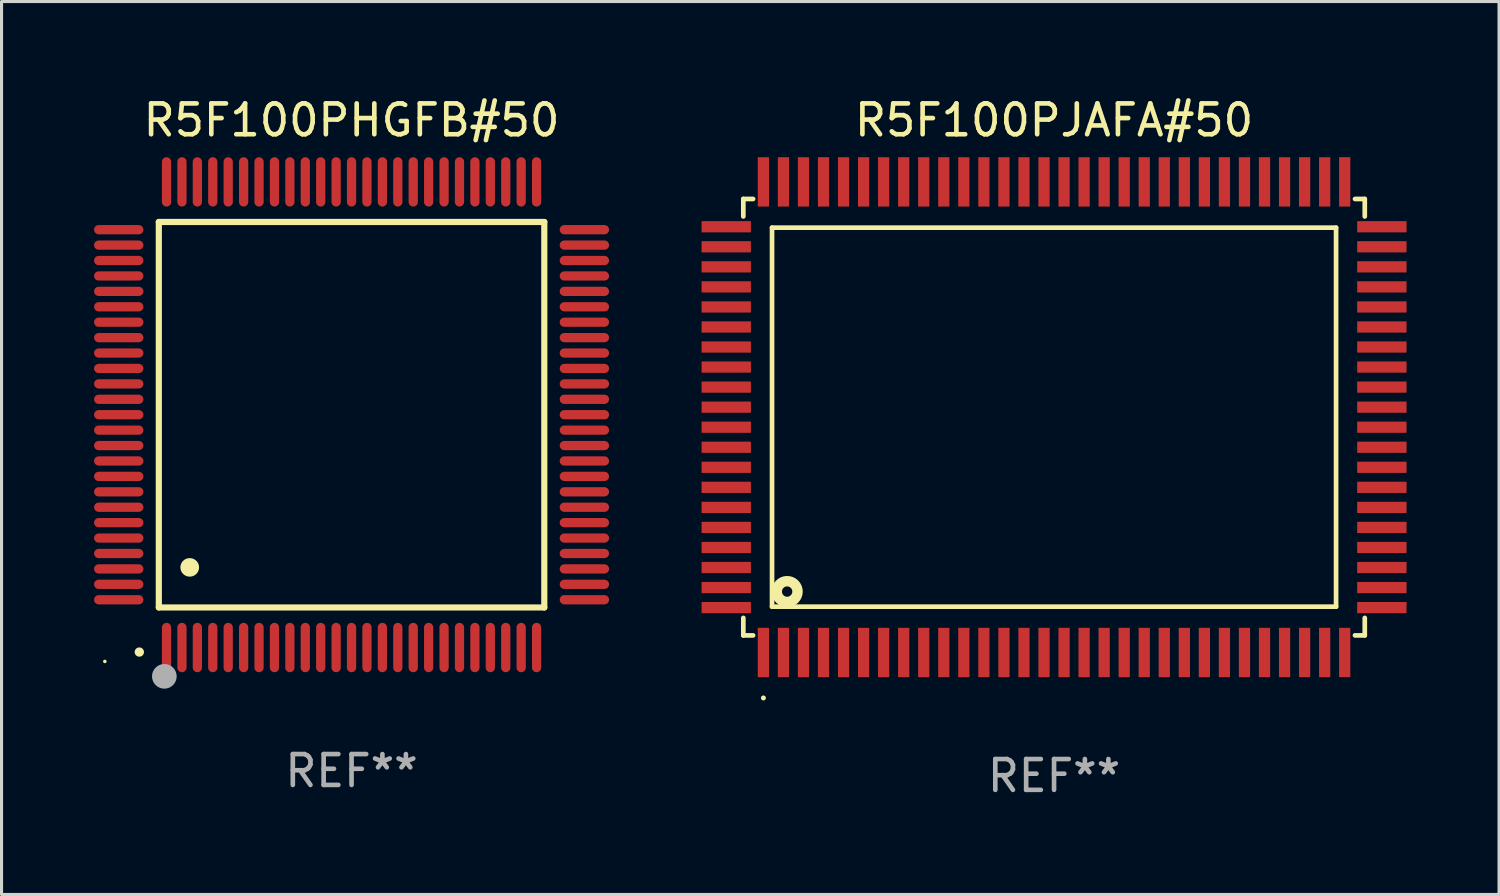
<source format=kicad_pcb>
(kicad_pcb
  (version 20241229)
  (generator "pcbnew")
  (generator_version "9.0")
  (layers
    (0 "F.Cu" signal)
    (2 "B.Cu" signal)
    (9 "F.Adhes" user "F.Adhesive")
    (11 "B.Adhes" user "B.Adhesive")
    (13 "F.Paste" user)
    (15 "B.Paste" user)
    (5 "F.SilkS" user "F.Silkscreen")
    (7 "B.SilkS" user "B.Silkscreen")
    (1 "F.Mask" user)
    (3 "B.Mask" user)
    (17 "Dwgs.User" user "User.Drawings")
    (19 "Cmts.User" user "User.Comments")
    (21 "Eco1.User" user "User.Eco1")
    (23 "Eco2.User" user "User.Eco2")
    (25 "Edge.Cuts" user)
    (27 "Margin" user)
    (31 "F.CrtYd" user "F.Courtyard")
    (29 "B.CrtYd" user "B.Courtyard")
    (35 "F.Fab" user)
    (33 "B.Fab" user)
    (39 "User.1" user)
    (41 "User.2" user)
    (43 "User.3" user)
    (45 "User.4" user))
  (footprint "R5F100PHGFB#50"
    (layer "F.Cu")
    (at 8.35 10.398)
    (property "Reference" "R5F100PHGFB#50" (at 0 -9.55 0) (layer "F.SilkS") (effects (font (size 1 1) (thickness 0.15))))
    (attr through_hole)
    (fp_line (start -6.25 -6.25) (end -6.25 6.25) (stroke (width 0.2) (type solid)) (layer "F.SilkS"))
    (fp_line (start -6.25 6.25) (end 6.25 6.25) (stroke (width 0.2) (type solid)) (layer "F.SilkS"))
    (fp_line (start 6.25 -6.25) (end -6.25 -6.25) (stroke (width 0.2) (type solid)) (layer "F.SilkS"))
    (fp_line (start 6.25 6.25) (end 6.25 -6.25) (stroke (width 0.2) (type solid)) (layer "F.SilkS"))
    (fp_arc (start -6.883414 7.696215) (mid -6.882144 7.69621) (end -6.880874 7.696215) (stroke (width 0.3) (type solid)) (layer "F.SilkS"))
    (fp_arc (start -5.250191 4.95047) (mid -5.247651 4.950459) (end -5.245111 4.95047) (stroke (width 0.6) (type solid)) (layer "F.SilkS"))
    (fp_circle (center -8 8) (end -7.97 8) (stroke (width 0.06) (type solid)) (fill no) (layer "F.SilkS"))
    (fp_circle (center -6.071 8.484) (end -5.871 8.484) (stroke (width 0.4) (type solid)) (fill no) (layer "F.Fab"))
    (fp_text user "REF**" (at 0 11.55 0) (layer "F.Fab") (effects (font (size 1 1) (thickness 0.15))))
    (pad "1" smd oval (at -6 7.55) (size 0.3 1.6) (layers "F.Cu" "F.Mask" "F.Paste"))
    (pad "2" smd oval (at -5.5 7.55) (size 0.3 1.6) (layers "F.Cu" "F.Mask" "F.Paste"))
    (pad "3" smd oval (at -5 7.55) (size 0.3 1.6) (layers "F.Cu" "F.Mask" "F.Paste"))
    (pad "4" smd oval (at -4.5 7.55) (size 0.3 1.6) (layers "F.Cu" "F.Mask" "F.Paste"))
    (pad "5" smd oval (at -4 7.55) (size 0.3 1.6) (layers "F.Cu" "F.Mask" "F.Paste"))
    (pad "6" smd oval (at -3.5 7.55) (size 0.3 1.6) (layers "F.Cu" "F.Mask" "F.Paste"))
    (pad "7" smd oval (at -3 7.55) (size 0.3 1.6) (layers "F.Cu" "F.Mask" "F.Paste"))
    (pad "8" smd oval (at -2.5 7.55) (size 0.3 1.6) (layers "F.Cu" "F.Mask" "F.Paste"))
    (pad "9" smd oval (at -2 7.55) (size 0.3 1.6) (layers "F.Cu" "F.Mask" "F.Paste"))
    (pad "10" smd oval (at -1.5 7.55) (size 0.3 1.6) (layers "F.Cu" "F.Mask" "F.Paste"))
    (pad "11" smd oval (at -1 7.55) (size 0.3 1.6) (layers "F.Cu" "F.Mask" "F.Paste"))
    (pad "12" smd oval (at -0.5 7.55) (size 0.3 1.6) (layers "F.Cu" "F.Mask" "F.Paste"))
    (pad "13" smd oval (at 0 7.55) (size 0.3 1.6) (layers "F.Cu" "F.Mask" "F.Paste"))
    (pad "14" smd oval (at 0.5 7.55) (size 0.3 1.6) (layers "F.Cu" "F.Mask" "F.Paste"))
    (pad "15" smd oval (at 1 7.55) (size 0.3 1.6) (layers "F.Cu" "F.Mask" "F.Paste"))
    (pad "16" smd oval (at 1.5 7.55) (size 0.3 1.6) (layers "F.Cu" "F.Mask" "F.Paste"))
    (pad "17" smd oval (at 2 7.55) (size 0.3 1.6) (layers "F.Cu" "F.Mask" "F.Paste"))
    (pad "18" smd oval (at 2.5 7.55) (size 0.3 1.6) (layers "F.Cu" "F.Mask" "F.Paste"))
    (pad "19" smd oval (at 3 7.55) (size 0.3 1.6) (layers "F.Cu" "F.Mask" "F.Paste"))
    (pad "20" smd oval (at 3.5 7.55) (size 0.3 1.6) (layers "F.Cu" "F.Mask" "F.Paste"))
    (pad "21" smd oval (at 4 7.55) (size 0.3 1.6) (layers "F.Cu" "F.Mask" "F.Paste"))
    (pad "22" smd oval (at 4.5 7.55) (size 0.3 1.6) (layers "F.Cu" "F.Mask" "F.Paste"))
    (pad "23" smd oval (at 5 7.55) (size 0.3 1.6) (layers "F.Cu" "F.Mask" "F.Paste"))
    (pad "24" smd oval (at 5.5 7.55) (size 0.3 1.6) (layers "F.Cu" "F.Mask" "F.Paste"))
    (pad "25" smd oval (at 6 7.55) (size 0.3 1.6) (layers "F.Cu" "F.Mask" "F.Paste"))
    (pad "26" smd oval (at 7.55 6) (size 1.6 0.3) (layers "F.Cu" "F.Mask" "F.Paste"))
    (pad "27" smd oval (at 7.55 5.5) (size 1.6 0.3) (layers "F.Cu" "F.Mask" "F.Paste"))
    (pad "28" smd oval (at 7.55 5) (size 1.6 0.3) (layers "F.Cu" "F.Mask" "F.Paste"))
    (pad "29" smd oval (at 7.55 4.5) (size 1.6 0.3) (layers "F.Cu" "F.Mask" "F.Paste"))
    (pad "30" smd oval (at 7.55 4) (size 1.6 0.3) (layers "F.Cu" "F.Mask" "F.Paste"))
    (pad "31" smd oval (at 7.55 3.5) (size 1.6 0.3) (layers "F.Cu" "F.Mask" "F.Paste"))
    (pad "32" smd oval (at 7.55 3) (size 1.6 0.3) (layers "F.Cu" "F.Mask" "F.Paste"))
    (pad "33" smd oval (at 7.55 2.5) (size 1.6 0.3) (layers "F.Cu" "F.Mask" "F.Paste"))
    (pad "34" smd oval (at 7.55 2) (size 1.6 0.3) (layers "F.Cu" "F.Mask" "F.Paste"))
    (pad "35" smd oval (at 7.55 1.5) (size 1.6 0.3) (layers "F.Cu" "F.Mask" "F.Paste"))
    (pad "36" smd oval (at 7.55 1) (size 1.6 0.3) (layers "F.Cu" "F.Mask" "F.Paste"))
    (pad "37" smd oval (at 7.55 0.5) (size 1.6 0.3) (layers "F.Cu" "F.Mask" "F.Paste"))
    (pad "38" smd oval (at 7.55 0) (size 1.6 0.3) (layers "F.Cu" "F.Mask" "F.Paste"))
    (pad "39" smd oval (at 7.55 -0.5) (size 1.6 0.3) (layers "F.Cu" "F.Mask" "F.Paste"))
    (pad "40" smd oval (at 7.55 -1) (size 1.6 0.3) (layers "F.Cu" "F.Mask" "F.Paste"))
    (pad "41" smd oval (at 7.55 -1.5) (size 1.6 0.3) (layers "F.Cu" "F.Mask" "F.Paste"))
    (pad "42" smd oval (at 7.55 -2) (size 1.6 0.3) (layers "F.Cu" "F.Mask" "F.Paste"))
    (pad "43" smd oval (at 7.55 -2.5) (size 1.6 0.3) (layers "F.Cu" "F.Mask" "F.Paste"))
    (pad "44" smd oval (at 7.55 -3) (size 1.6 0.3) (layers "F.Cu" "F.Mask" "F.Paste"))
    (pad "45" smd oval (at 7.55 -3.5) (size 1.6 0.3) (layers "F.Cu" "F.Mask" "F.Paste"))
    (pad "46" smd oval (at 7.55 -4) (size 1.6 0.3) (layers "F.Cu" "F.Mask" "F.Paste"))
    (pad "47" smd oval (at 7.55 -4.5) (size 1.6 0.3) (layers "F.Cu" "F.Mask" "F.Paste"))
    (pad "48" smd oval (at 7.55 -5) (size 1.6 0.3) (layers "F.Cu" "F.Mask" "F.Paste"))
    (pad "49" smd oval (at 7.55 -5.5) (size 1.6 0.3) (layers "F.Cu" "F.Mask" "F.Paste"))
    (pad "50" smd oval (at 7.55 -6) (size 1.6 0.3) (layers "F.Cu" "F.Mask" "F.Paste"))
    (pad "51" smd oval (at 6 -7.55) (size 0.3 1.6) (layers "F.Cu" "F.Mask" "F.Paste"))
    (pad "52" smd oval (at 5.5 -7.55) (size 0.3 1.6) (layers "F.Cu" "F.Mask" "F.Paste"))
    (pad "53" smd oval (at 5 -7.55) (size 0.3 1.6) (layers "F.Cu" "F.Mask" "F.Paste"))
    (pad "54" smd oval (at 4.5 -7.55) (size 0.3 1.6) (layers "F.Cu" "F.Mask" "F.Paste"))
    (pad "55" smd oval (at 4 -7.55) (size 0.3 1.6) (layers "F.Cu" "F.Mask" "F.Paste"))
    (pad "56" smd oval (at 3.5 -7.55) (size 0.3 1.6) (layers "F.Cu" "F.Mask" "F.Paste"))
    (pad "57" smd oval (at 3 -7.55) (size 0.3 1.6) (layers "F.Cu" "F.Mask" "F.Paste"))
    (pad "58" smd oval (at 2.5 -7.55) (size 0.3 1.6) (layers "F.Cu" "F.Mask" "F.Paste"))
    (pad "59" smd oval (at 2 -7.55) (size 0.3 1.6) (layers "F.Cu" "F.Mask" "F.Paste"))
    (pad "60" smd oval (at 1.5 -7.55) (size 0.3 1.6) (layers "F.Cu" "F.Mask" "F.Paste"))
    (pad "61" smd oval (at 1 -7.55) (size 0.3 1.6) (layers "F.Cu" "F.Mask" "F.Paste"))
    (pad "62" smd oval (at 0.5 -7.55) (size 0.3 1.6) (layers "F.Cu" "F.Mask" "F.Paste"))
    (pad "63" smd oval (at 0 -7.55) (size 0.3 1.6) (layers "F.Cu" "F.Mask" "F.Paste"))
    (pad "64" smd oval (at -0.5 -7.55) (size 0.3 1.6) (layers "F.Cu" "F.Mask" "F.Paste"))
    (pad "65" smd oval (at -1 -7.55) (size 0.3 1.6) (layers "F.Cu" "F.Mask" "F.Paste"))
    (pad "66" smd oval (at -1.5 -7.55) (size 0.3 1.6) (layers "F.Cu" "F.Mask" "F.Paste"))
    (pad "67" smd oval (at -2 -7.55) (size 0.3 1.6) (layers "F.Cu" "F.Mask" "F.Paste"))
    (pad "68" smd oval (at -2.5 -7.55) (size 0.3 1.6) (layers "F.Cu" "F.Mask" "F.Paste"))
    (pad "69" smd oval (at -3 -7.55) (size 0.3 1.6) (layers "F.Cu" "F.Mask" "F.Paste"))
    (pad "70" smd oval (at -3.5 -7.55) (size 0.3 1.6) (layers "F.Cu" "F.Mask" "F.Paste"))
    (pad "71" smd oval (at -4 -7.55) (size 0.3 1.6) (layers "F.Cu" "F.Mask" "F.Paste"))
    (pad "72" smd oval (at -4.5 -7.55) (size 0.3 1.6) (layers "F.Cu" "F.Mask" "F.Paste"))
    (pad "73" smd oval (at -5 -7.55) (size 0.3 1.6) (layers "F.Cu" "F.Mask" "F.Paste"))
    (pad "74" smd oval (at -5.5 -7.55) (size 0.3 1.6) (layers "F.Cu" "F.Mask" "F.Paste"))
    (pad "75" smd oval (at -6 -7.55) (size 0.3 1.6) (layers "F.Cu" "F.Mask" "F.Paste"))
    (pad "76" smd oval (at -7.55 -6) (size 1.6 0.3) (layers "F.Cu" "F.Mask" "F.Paste"))
    (pad "77" smd oval (at -7.55 -5.5) (size 1.6 0.3) (layers "F.Cu" "F.Mask" "F.Paste"))
    (pad "78" smd oval (at -7.55 -5) (size 1.6 0.3) (layers "F.Cu" "F.Mask" "F.Paste"))
    (pad "79" smd oval (at -7.55 -4.5) (size 1.6 0.3) (layers "F.Cu" "F.Mask" "F.Paste"))
    (pad "80" smd oval (at -7.55 -4) (size 1.6 0.3) (layers "F.Cu" "F.Mask" "F.Paste"))
    (pad "81" smd oval (at -7.55 -3.5) (size 1.6 0.3) (layers "F.Cu" "F.Mask" "F.Paste"))
    (pad "82" smd oval (at -7.55 -3) (size 1.6 0.3) (layers "F.Cu" "F.Mask" "F.Paste"))
    (pad "83" smd oval (at -7.55 -2.5) (size 1.6 0.3) (layers "F.Cu" "F.Mask" "F.Paste"))
    (pad "84" smd oval (at -7.55 -2) (size 1.6 0.3) (layers "F.Cu" "F.Mask" "F.Paste"))
    (pad "85" smd oval (at -7.55 -1.5) (size 1.6 0.3) (layers "F.Cu" "F.Mask" "F.Paste"))
    (pad "86" smd oval (at -7.55 -1) (size 1.6 0.3) (layers "F.Cu" "F.Mask" "F.Paste"))
    (pad "87" smd oval (at -7.55 -0.5) (size 1.6 0.3) (layers "F.Cu" "F.Mask" "F.Paste"))
    (pad "88" smd oval (at -7.55 0) (size 1.6 0.3) (layers "F.Cu" "F.Mask" "F.Paste"))
    (pad "89" smd oval (at -7.55 0.5) (size 1.6 0.3) (layers "F.Cu" "F.Mask" "F.Paste"))
    (pad "90" smd oval (at -7.55 1) (size 1.6 0.3) (layers "F.Cu" "F.Mask" "F.Paste"))
    (pad "91" smd oval (at -7.55 1.5) (size 1.6 0.3) (layers "F.Cu" "F.Mask" "F.Paste"))
    (pad "92" smd oval (at -7.55 2) (size 1.6 0.3) (layers "F.Cu" "F.Mask" "F.Paste"))
    (pad "93" smd oval (at -7.55 2.5) (size 1.6 0.3) (layers "F.Cu" "F.Mask" "F.Paste"))
    (pad "94" smd oval (at -7.55 3) (size 1.6 0.3) (layers "F.Cu" "F.Mask" "F.Paste"))
    (pad "95" smd oval (at -7.55 3.5) (size 1.6 0.3) (layers "F.Cu" "F.Mask" "F.Paste"))
    (pad "96" smd oval (at -7.55 4) (size 1.6 0.3) (layers "F.Cu" "F.Mask" "F.Paste"))
    (pad "97" smd oval (at -7.55 4.5) (size 1.6 0.3) (layers "F.Cu" "F.Mask" "F.Paste"))
    (pad "98" smd oval (at -7.55 5) (size 1.6 0.3) (layers "F.Cu" "F.Mask" "F.Paste"))
    (pad "99" smd oval (at -7.55 5.5) (size 1.6 0.3) (layers "F.Cu" "F.Mask" "F.Paste"))
    (pad "100" smd oval (at -7.55 6) (size 1.6 0.3) (layers "F.Cu" "F.Mask" "F.Paste")))
  (footprint "R5F100PJAFA#50"
    (layer "F.Cu")
    (at 31.13 10.478)
    (property "Reference" "R5F100PJAFA#50" (at 0 -9.63 0) (layer "F.SilkS") (effects (font (size 1 1) (thickness 0.15))))
    (attr through_hole)
    (fp_line (start -10.076 -7.076) (end -10.076 -6.509) (stroke (width 0.152) (type solid)) (layer "F.SilkS"))
    (fp_line (start -10.076 7.076) (end -10.076 6.509) (stroke (width 0.152) (type solid)) (layer "F.SilkS"))
    (fp_line (start -9.759 -7.076) (end -10.076 -7.076) (stroke (width 0.152) (type solid)) (layer "F.SilkS"))
    (fp_line (start -9.759 7.076) (end -10.076 7.076) (stroke (width 0.152) (type solid)) (layer "F.SilkS"))
    (fp_line (start -9.145 -6.145) (end 9.145 -6.145) (stroke (width 0.152) (type solid)) (layer "F.SilkS"))
    (fp_line (start -9.145 6.145) (end -9.145 -6.145) (stroke (width 0.152) (type solid)) (layer "F.SilkS"))
    (fp_line (start 9.145 -6.145) (end 9.145 6.145) (stroke (width 0.152) (type solid)) (layer "F.SilkS"))
    (fp_line (start 9.145 6.145) (end -9.145 6.145) (stroke (width 0.152) (type solid)) (layer "F.SilkS"))
    (fp_line (start 9.759 -7.076) (end 10.076 -7.076) (stroke (width 0.152) (type solid)) (layer "F.SilkS"))
    (fp_line (start 9.759 7.076) (end 10.076 7.076) (stroke (width 0.152) (type solid)) (layer "F.SilkS"))
    (fp_line (start 10.076 -7.076) (end 10.076 -6.509) (stroke (width 0.152) (type solid)) (layer "F.SilkS"))
    (fp_line (start 10.076 7.076) (end 10.076 6.509) (stroke (width 0.152) (type solid)) (layer "F.SilkS"))
    (fp_circle (center -9.425 9.105) (end -9.384 9.105) (stroke (width 0.081) (type solid)) (fill no) (layer "F.SilkS"))
    (fp_circle (center -8.655 5.655) (end -8.487 5.655) (stroke (width 0.338) (type solid)) (fill no) (layer "F.SilkS"))
    (fp_text user "REF**" (at 0 11.63 0) (layer "F.Fab") (effects (font (size 1 1) (thickness 0.15))))
    (pad "1" smd rect (at -9.425 7.63) (size 0.364 1.6) (layers "F.Cu" "F.Mask" "F.Paste"))
    (pad "2" smd rect (at -8.775 7.63) (size 0.364 1.6) (layers "F.Cu" "F.Mask" "F.Paste"))
    (pad "3" smd rect (at -8.125 7.63) (size 0.364 1.6) (layers "F.Cu" "F.Mask" "F.Paste"))
    (pad "4" smd rect (at -7.475 7.63) (size 0.364 1.6) (layers "F.Cu" "F.Mask" "F.Paste"))
    (pad "5" smd rect (at -6.825 7.63) (size 0.364 1.6) (layers "F.Cu" "F.Mask" "F.Paste"))
    (pad "6" smd rect (at -6.175 7.63) (size 0.364 1.6) (layers "F.Cu" "F.Mask" "F.Paste"))
    (pad "7" smd rect (at -5.525 7.63) (size 0.364 1.6) (layers "F.Cu" "F.Mask" "F.Paste"))
    (pad "8" smd rect (at -4.875 7.63) (size 0.364 1.6) (layers "F.Cu" "F.Mask" "F.Paste"))
    (pad "9" smd rect (at -4.225 7.63) (size 0.364 1.6) (layers "F.Cu" "F.Mask" "F.Paste"))
    (pad "10" smd rect (at -3.575 7.63) (size 0.364 1.6) (layers "F.Cu" "F.Mask" "F.Paste"))
    (pad "11" smd rect (at -2.925 7.63) (size 0.364 1.6) (layers "F.Cu" "F.Mask" "F.Paste"))
    (pad "12" smd rect (at -2.275 7.63) (size 0.364 1.6) (layers "F.Cu" "F.Mask" "F.Paste"))
    (pad "13" smd rect (at -1.625 7.63) (size 0.364 1.6) (layers "F.Cu" "F.Mask" "F.Paste"))
    (pad "14" smd rect (at -0.975 7.63) (size 0.364 1.6) (layers "F.Cu" "F.Mask" "F.Paste"))
    (pad "15" smd rect (at -0.325 7.63) (size 0.364 1.6) (layers "F.Cu" "F.Mask" "F.Paste"))
    (pad "16" smd rect (at 0.325 7.63) (size 0.364 1.6) (layers "F.Cu" "F.Mask" "F.Paste"))
    (pad "17" smd rect (at 0.975 7.63) (size 0.364 1.6) (layers "F.Cu" "F.Mask" "F.Paste"))
    (pad "18" smd rect (at 1.625 7.63) (size 0.364 1.6) (layers "F.Cu" "F.Mask" "F.Paste"))
    (pad "19" smd rect (at 2.275 7.63) (size 0.364 1.6) (layers "F.Cu" "F.Mask" "F.Paste"))
    (pad "20" smd rect (at 2.925 7.63) (size 0.364 1.6) (layers "F.Cu" "F.Mask" "F.Paste"))
    (pad "21" smd rect (at 3.575 7.63) (size 0.364 1.6) (layers "F.Cu" "F.Mask" "F.Paste"))
    (pad "22" smd rect (at 4.225 7.63) (size 0.364 1.6) (layers "F.Cu" "F.Mask" "F.Paste"))
    (pad "23" smd rect (at 4.875 7.63) (size 0.364 1.6) (layers "F.Cu" "F.Mask" "F.Paste"))
    (pad "24" smd rect (at 5.525 7.63) (size 0.364 1.6) (layers "F.Cu" "F.Mask" "F.Paste"))
    (pad "25" smd rect (at 6.175 7.63) (size 0.364 1.6) (layers "F.Cu" "F.Mask" "F.Paste"))
    (pad "26" smd rect (at 6.825 7.63) (size 0.364 1.6) (layers "F.Cu" "F.Mask" "F.Paste"))
    (pad "27" smd rect (at 7.475 7.63) (size 0.364 1.6) (layers "F.Cu" "F.Mask" "F.Paste"))
    (pad "28" smd rect (at 8.125 7.63) (size 0.364 1.6) (layers "F.Cu" "F.Mask" "F.Paste"))
    (pad "29" smd rect (at 8.775 7.63) (size 0.364 1.6) (layers "F.Cu" "F.Mask" "F.Paste"))
    (pad "30" smd rect (at 9.425 7.63) (size 0.364 1.6) (layers "F.Cu" "F.Mask" "F.Paste"))
    (pad "31" smd rect (at 10.63 6.175) (size 1.6 0.364) (layers "F.Cu" "F.Mask" "F.Paste"))
    (pad "32" smd rect (at 10.63 5.525) (size 1.6 0.364) (layers "F.Cu" "F.Mask" "F.Paste"))
    (pad "33" smd rect (at 10.63 4.875) (size 1.6 0.364) (layers "F.Cu" "F.Mask" "F.Paste"))
    (pad "34" smd rect (at 10.63 4.225) (size 1.6 0.364) (layers "F.Cu" "F.Mask" "F.Paste"))
    (pad "35" smd rect (at 10.63 3.575) (size 1.6 0.364) (layers "F.Cu" "F.Mask" "F.Paste"))
    (pad "36" smd rect (at 10.63 2.925) (size 1.6 0.364) (layers "F.Cu" "F.Mask" "F.Paste"))
    (pad "37" smd rect (at 10.63 2.275) (size 1.6 0.364) (layers "F.Cu" "F.Mask" "F.Paste"))
    (pad "38" smd rect (at 10.63 1.625) (size 1.6 0.364) (layers "F.Cu" "F.Mask" "F.Paste"))
    (pad "39" smd rect (at 10.63 0.975) (size 1.6 0.364) (layers "F.Cu" "F.Mask" "F.Paste"))
    (pad "40" smd rect (at 10.63 0.325) (size 1.6 0.364) (layers "F.Cu" "F.Mask" "F.Paste"))
    (pad "41" smd rect (at 10.63 -0.325) (size 1.6 0.364) (layers "F.Cu" "F.Mask" "F.Paste"))
    (pad "42" smd rect (at 10.63 -0.975) (size 1.6 0.364) (layers "F.Cu" "F.Mask" "F.Paste"))
    (pad "43" smd rect (at 10.63 -1.625) (size 1.6 0.364) (layers "F.Cu" "F.Mask" "F.Paste"))
    (pad "44" smd rect (at 10.63 -2.275) (size 1.6 0.364) (layers "F.Cu" "F.Mask" "F.Paste"))
    (pad "45" smd rect (at 10.63 -2.925) (size 1.6 0.364) (layers "F.Cu" "F.Mask" "F.Paste"))
    (pad "46" smd rect (at 10.63 -3.575) (size 1.6 0.364) (layers "F.Cu" "F.Mask" "F.Paste"))
    (pad "47" smd rect (at 10.63 -4.225) (size 1.6 0.364) (layers "F.Cu" "F.Mask" "F.Paste"))
    (pad "48" smd rect (at 10.63 -4.875) (size 1.6 0.364) (layers "F.Cu" "F.Mask" "F.Paste"))
    (pad "49" smd rect (at 10.63 -5.525) (size 1.6 0.364) (layers "F.Cu" "F.Mask" "F.Paste"))
    (pad "50" smd rect (at 10.63 -6.175) (size 1.6 0.364) (layers "F.Cu" "F.Mask" "F.Paste"))
    (pad "51" smd rect (at 9.425 -7.63) (size 0.364 1.6) (layers "F.Cu" "F.Mask" "F.Paste"))
    (pad "52" smd rect (at 8.775 -7.63) (size 0.364 1.6) (layers "F.Cu" "F.Mask" "F.Paste"))
    (pad "53" smd rect (at 8.125 -7.63) (size 0.364 1.6) (layers "F.Cu" "F.Mask" "F.Paste"))
    (pad "54" smd rect (at 7.475 -7.63) (size 0.364 1.6) (layers "F.Cu" "F.Mask" "F.Paste"))
    (pad "55" smd rect (at 6.825 -7.63) (size 0.364 1.6) (layers "F.Cu" "F.Mask" "F.Paste"))
    (pad "56" smd rect (at 6.175 -7.63) (size 0.364 1.6) (layers "F.Cu" "F.Mask" "F.Paste"))
    (pad "57" smd rect (at 5.525 -7.63) (size 0.364 1.6) (layers "F.Cu" "F.Mask" "F.Paste"))
    (pad "58" smd rect (at 4.875 -7.63) (size 0.364 1.6) (layers "F.Cu" "F.Mask" "F.Paste"))
    (pad "59" smd rect (at 4.225 -7.63) (size 0.364 1.6) (layers "F.Cu" "F.Mask" "F.Paste"))
    (pad "60" smd rect (at 3.575 -7.63) (size 0.364 1.6) (layers "F.Cu" "F.Mask" "F.Paste"))
    (pad "61" smd rect (at 2.925 -7.63) (size 0.364 1.6) (layers "F.Cu" "F.Mask" "F.Paste"))
    (pad "62" smd rect (at 2.275 -7.63) (size 0.364 1.6) (layers "F.Cu" "F.Mask" "F.Paste"))
    (pad "63" smd rect (at 1.625 -7.63) (size 0.364 1.6) (layers "F.Cu" "F.Mask" "F.Paste"))
    (pad "64" smd rect (at 0.975 -7.63) (size 0.364 1.6) (layers "F.Cu" "F.Mask" "F.Paste"))
    (pad "65" smd rect (at 0.325 -7.63) (size 0.364 1.6) (layers "F.Cu" "F.Mask" "F.Paste"))
    (pad "66" smd rect (at -0.325 -7.63) (size 0.364 1.6) (layers "F.Cu" "F.Mask" "F.Paste"))
    (pad "67" smd rect (at -0.975 -7.63) (size 0.364 1.6) (layers "F.Cu" "F.Mask" "F.Paste"))
    (pad "68" smd rect (at -1.625 -7.63) (size 0.364 1.6) (layers "F.Cu" "F.Mask" "F.Paste"))
    (pad "69" smd rect (at -2.275 -7.63) (size 0.364 1.6) (layers "F.Cu" "F.Mask" "F.Paste"))
    (pad "70" smd rect (at -2.925 -7.63) (size 0.364 1.6) (layers "F.Cu" "F.Mask" "F.Paste"))
    (pad "71" smd rect (at -3.575 -7.63) (size 0.364 1.6) (layers "F.Cu" "F.Mask" "F.Paste"))
    (pad "72" smd rect (at -4.225 -7.63) (size 0.364 1.6) (layers "F.Cu" "F.Mask" "F.Paste"))
    (pad "73" smd rect (at -4.875 -7.63) (size 0.364 1.6) (layers "F.Cu" "F.Mask" "F.Paste"))
    (pad "74" smd rect (at -5.525 -7.63) (size 0.364 1.6) (layers "F.Cu" "F.Mask" "F.Paste"))
    (pad "75" smd rect (at -6.175 -7.63) (size 0.364 1.6) (layers "F.Cu" "F.Mask" "F.Paste"))
    (pad "76" smd rect (at -6.825 -7.63) (size 0.364 1.6) (layers "F.Cu" "F.Mask" "F.Paste"))
    (pad "77" smd rect (at -7.475 -7.63) (size 0.364 1.6) (layers "F.Cu" "F.Mask" "F.Paste"))
    (pad "78" smd rect (at -8.125 -7.63) (size 0.364 1.6) (layers "F.Cu" "F.Mask" "F.Paste"))
    (pad "79" smd rect (at -8.775 -7.63) (size 0.364 1.6) (layers "F.Cu" "F.Mask" "F.Paste"))
    (pad "80" smd rect (at -9.425 -7.63) (size 0.364 1.6) (layers "F.Cu" "F.Mask" "F.Paste"))
    (pad "81" smd rect (at -10.63 -6.175) (size 1.6 0.364) (layers "F.Cu" "F.Mask" "F.Paste"))
    (pad "82" smd rect (at -10.63 -5.525) (size 1.6 0.364) (layers "F.Cu" "F.Mask" "F.Paste"))
    (pad "83" smd rect (at -10.63 -4.875) (size 1.6 0.364) (layers "F.Cu" "F.Mask" "F.Paste"))
    (pad "84" smd rect (at -10.63 -4.225) (size 1.6 0.364) (layers "F.Cu" "F.Mask" "F.Paste"))
    (pad "85" smd rect (at -10.63 -3.575) (size 1.6 0.364) (layers "F.Cu" "F.Mask" "F.Paste"))
    (pad "86" smd rect (at -10.63 -2.925) (size 1.6 0.364) (layers "F.Cu" "F.Mask" "F.Paste"))
    (pad "87" smd rect (at -10.63 -2.275) (size 1.6 0.364) (layers "F.Cu" "F.Mask" "F.Paste"))
    (pad "88" smd rect (at -10.63 -1.625) (size 1.6 0.364) (layers "F.Cu" "F.Mask" "F.Paste"))
    (pad "89" smd rect (at -10.63 -0.975) (size 1.6 0.364) (layers "F.Cu" "F.Mask" "F.Paste"))
    (pad "90" smd rect (at -10.63 -0.325) (size 1.6 0.364) (layers "F.Cu" "F.Mask" "F.Paste"))
    (pad "91" smd rect (at -10.63 0.325) (size 1.6 0.364) (layers "F.Cu" "F.Mask" "F.Paste"))
    (pad "92" smd rect (at -10.63 0.975) (size 1.6 0.364) (layers "F.Cu" "F.Mask" "F.Paste"))
    (pad "93" smd rect (at -10.63 1.625) (size 1.6 0.364) (layers "F.Cu" "F.Mask" "F.Paste"))
    (pad "94" smd rect (at -10.63 2.275) (size 1.6 0.364) (layers "F.Cu" "F.Mask" "F.Paste"))
    (pad "95" smd rect (at -10.63 2.925) (size 1.6 0.364) (layers "F.Cu" "F.Mask" "F.Paste"))
    (pad "96" smd rect (at -10.63 3.575) (size 1.6 0.364) (layers "F.Cu" "F.Mask" "F.Paste"))
    (pad "97" smd rect (at -10.63 4.225) (size 1.6 0.364) (layers "F.Cu" "F.Mask" "F.Paste"))
    (pad "98" smd rect (at -10.63 4.875) (size 1.6 0.364) (layers "F.Cu" "F.Mask" "F.Paste"))
    (pad "99" smd rect (at -10.63 5.525) (size 1.6 0.364) (layers "F.Cu" "F.Mask" "F.Paste"))
    (pad "100" smd rect (at -10.63 6.175) (size 1.6 0.364) (layers "F.Cu" "F.Mask" "F.Paste")))
  (gr_rect
    (start -3 -3)
    (end 45.56 25.956)
    (stroke (width 0.1) (type default))
    (fill no)
    (layer "Edge.Cuts")))
</source>
